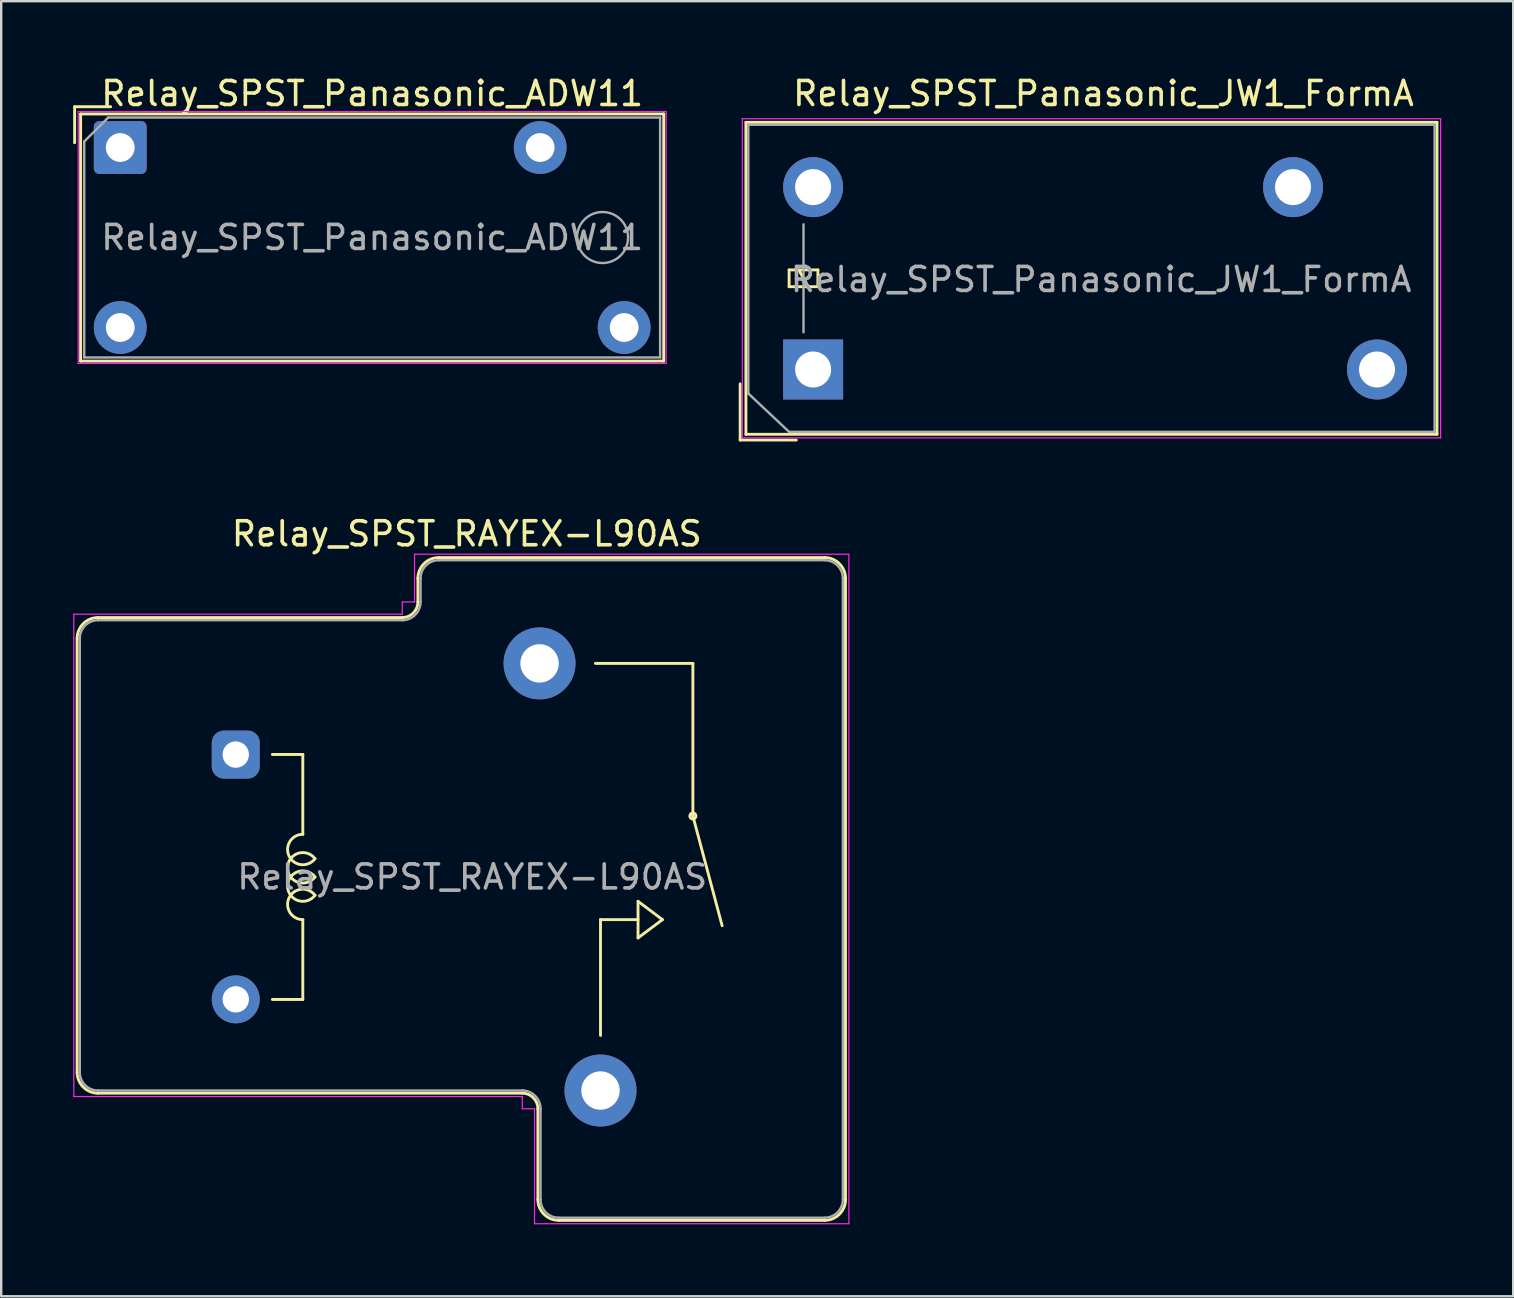
<source format=kicad_pcb>
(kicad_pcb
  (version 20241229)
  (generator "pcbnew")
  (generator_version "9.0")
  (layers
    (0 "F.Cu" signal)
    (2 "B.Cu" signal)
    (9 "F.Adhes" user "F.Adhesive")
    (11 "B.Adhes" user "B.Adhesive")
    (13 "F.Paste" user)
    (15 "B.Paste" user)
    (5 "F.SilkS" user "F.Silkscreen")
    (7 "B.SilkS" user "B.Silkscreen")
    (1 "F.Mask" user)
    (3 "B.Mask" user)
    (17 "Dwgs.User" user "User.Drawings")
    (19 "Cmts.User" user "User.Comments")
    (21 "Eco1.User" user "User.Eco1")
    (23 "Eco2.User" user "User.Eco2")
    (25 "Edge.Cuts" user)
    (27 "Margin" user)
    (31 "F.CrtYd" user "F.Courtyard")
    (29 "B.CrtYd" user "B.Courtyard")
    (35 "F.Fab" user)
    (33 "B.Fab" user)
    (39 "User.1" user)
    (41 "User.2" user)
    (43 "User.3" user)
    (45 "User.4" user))
  (footprint "Relay_SPST_RAYEX-L90AS"
    (layer "F.Cu")
    (at 4.235 33.496)
    (property "Reference" "Relay_SPST_RAYEX-L90AS" (at 12.167 -14.3 0) (layer "F.SilkS") (effects (font (size 1 1) (thickness 0.15))))
    (attr through_hole)
    (fp_line (start -4.07 -9.94) (end -4.07 8.14) (stroke (width 0.12) (type solid)) (layer "F.SilkS"))
    (fp_line (start -3.2 -10.81) (end 9.48 -10.81) (stroke (width 0.12) (type solid)) (layer "F.SilkS"))
    (fp_line (start -3.2 9.01) (end 14.48 9.01) (stroke (width 0.12) (type solid)) (layer "F.SilkS"))
    (fp_line (start 4.064 -5.105) (end 5.334 -5.105) (stroke (width 0.12) (type solid)) (layer "F.SilkS"))
    (fp_line (start 5.334 -1.778) (end 5.334 -5.105) (stroke (width 0.12) (type solid)) (layer "F.SilkS"))
    (fp_line (start 5.334 5.105) (end 4.064 5.105) (stroke (width 0.12) (type solid)) (layer "F.SilkS"))
    (fp_line (start 5.334 5.105) (end 5.334 1.778) (stroke (width 0.12) (type solid)) (layer "F.SilkS"))
    (fp_line (start 10.13 -12.44) (end 10.13 -11.46) (stroke (width 0.12) (type solid)) (layer "F.SilkS"))
    (fp_line (start 11 -13.31) (end 27.08 -13.31) (stroke (width 0.12) (type solid)) (layer "F.SilkS"))
    (fp_line (start 15.13 9.66) (end 15.13 13.44) (stroke (width 0.12) (type solid)) (layer "F.SilkS"))
    (fp_line (start 16 14.31) (end 27.08 14.31) (stroke (width 0.12) (type solid)) (layer "F.SilkS"))
    (fp_line (start 17.74 1.778) (end 19.304 1.778) (stroke (width 0.12) (type solid)) (layer "F.SilkS"))
    (fp_line (start 17.74 6.604) (end 17.74 1.778) (stroke (width 0.12) (type solid)) (layer "F.SilkS"))
    (fp_line (start 19.304 1.016) (end 19.304 2.54) (stroke (width 0.12) (type solid)) (layer "F.SilkS"))
    (fp_line (start 19.304 2.54) (end 20.32 1.778) (stroke (width 0.12) (type solid)) (layer "F.SilkS"))
    (fp_line (start 20.32 1.778) (end 19.304 1.016) (stroke (width 0.12) (type solid)) (layer "F.SilkS"))
    (fp_line (start 21.59 -8.9) (end 17.526 -8.9) (stroke (width 0.12) (type solid)) (layer "F.SilkS"))
    (fp_line (start 21.59 -2.54) (end 21.59 -8.9) (stroke (width 0.12) (type solid)) (layer "F.SilkS"))
    (fp_line (start 21.59 -2.54) (end 22.809 2.032) (stroke (width 0.12) (type solid)) (layer "F.SilkS"))
    (fp_line (start 27.95 -12.44) (end 27.95 13.44) (stroke (width 0.12) (type solid)) (layer "F.SilkS"))
    (fp_arc (start -4.07 -9.94) (mid -3.815183 -10.555183) (end -3.2 -10.81) (stroke (width 0.12) (type solid)) (layer "F.SilkS"))
    (fp_arc (start -3.2 9.01) (mid -3.815183 8.755183) (end -4.07 8.14) (stroke (width 0.12) (type solid)) (layer "F.SilkS"))
    (fp_arc (start 5.334002 1.777997) (mid 4.765966 0.859166) (end 5.841802 0.76173) (stroke (width 0.12) (type solid)) (layer "F.SilkS"))
    (fp_arc (start 5.8418 -0.761733) (mid 4.765964 -0.859168) (end 5.334 -1.778) (stroke (width 0.12) (type solid)) (layer "F.SilkS"))
    (fp_arc (start 5.842265 -0.000355) (mid 4.699002 -0.38078) (end 5.842 -0.762001) (stroke (width 0.12) (type solid)) (layer "F.SilkS"))
    (fp_arc (start 5.842266 0.761644) (mid 4.699003 0.381219) (end 5.842001 -0.000002) (stroke (width 0.12) (type solid)) (layer "F.SilkS"))
    (fp_arc (start 10.13 -12.44) (mid 10.384817 -13.055183) (end 11 -13.31) (stroke (width 0.12) (type solid)) (layer "F.SilkS"))
    (fp_arc (start 10.13 -11.46) (mid 9.939619 -11.000381) (end 9.48 -10.81) (stroke (width 0.12) (type solid)) (layer "F.SilkS"))
    (fp_arc (start 14.48 9.01) (mid 14.939619 9.200381) (end 15.13 9.66) (stroke (width 0.12) (type solid)) (layer "F.SilkS"))
    (fp_arc (start 16 14.31) (mid 15.384817 14.055183) (end 15.13 13.44) (stroke (width 0.12) (type solid)) (layer "F.SilkS"))
    (fp_arc (start 27.08 -13.31) (mid 27.695183 -13.055183) (end 27.95 -12.44) (stroke (width 0.12) (type solid)) (layer "F.SilkS"))
    (fp_arc (start 27.95 13.44) (mid 27.695183 14.055183) (end 27.08 14.31) (stroke (width 0.12) (type solid)) (layer "F.SilkS"))
    (fp_circle (center 21.59 -2.54) (end 21.59 -2.413) (stroke (width 0.12) (type solid)) (fill no) (layer "F.SilkS"))
    (fp_line (start -4.21 -10.95) (end -4.21 9.15) (stroke (width 0.05) (type solid)) (layer "F.CrtYd"))
    (fp_line (start -4.21 -10.95) (end 9.48 -10.95) (stroke (width 0.05) (type solid)) (layer "F.CrtYd"))
    (fp_line (start -4.21 9.15) (end 14.48 9.15) (stroke (width 0.05) (type solid)) (layer "F.CrtYd"))
    (fp_line (start 9.48 -11.46) (end 9.48 -10.95) (stroke (width 0.05) (type solid)) (layer "F.CrtYd"))
    (fp_line (start 9.48 -11.46) (end 9.99 -11.46) (stroke (width 0.05) (type solid)) (layer "F.CrtYd"))
    (fp_line (start 9.99 -13.45) (end 9.99 -11.46) (stroke (width 0.05) (type solid)) (layer "F.CrtYd"))
    (fp_line (start 9.99 -13.45) (end 28.09 -13.45) (stroke (width 0.05) (type solid)) (layer "F.CrtYd"))
    (fp_line (start 14.48 9.15) (end 14.48 9.66) (stroke (width 0.05) (type solid)) (layer "F.CrtYd"))
    (fp_line (start 14.48 9.66) (end 14.99 9.66) (stroke (width 0.05) (type solid)) (layer "F.CrtYd"))
    (fp_line (start 14.99 9.66) (end 14.99 14.45) (stroke (width 0.05) (type solid)) (layer "F.CrtYd"))
    (fp_line (start 14.99 14.45) (end 28.09 14.45) (stroke (width 0.05) (type solid)) (layer "F.CrtYd"))
    (fp_line (start 28.09 -13.45) (end 28.09 14.45) (stroke (width 0.05) (type solid)) (layer "F.CrtYd"))
    (fp_line (start -3.96 -9.94) (end -3.96 8.14) (stroke (width 0.1) (type solid)) (layer "F.Fab"))
    (fp_line (start -3.2 -10.7) (end 9.48 -10.7) (stroke (width 0.1) (type solid)) (layer "F.Fab"))
    (fp_line (start -3.2 8.9) (end 14.48 8.9) (stroke (width 0.1) (type solid)) (layer "F.Fab"))
    (fp_line (start 10.24 -12.44) (end 10.24 -11.46) (stroke (width 0.1) (type solid)) (layer "F.Fab"))
    (fp_line (start 11 -13.2) (end 27.08 -13.2) (stroke (width 0.1) (type solid)) (layer "F.Fab"))
    (fp_line (start 15.24 9.66) (end 15.24 13.44) (stroke (width 0.1) (type solid)) (layer "F.Fab"))
    (fp_line (start 16 14.2) (end 27.08 14.2) (stroke (width 0.1) (type solid)) (layer "F.Fab"))
    (fp_line (start 27.84 -12.44) (end 27.84 13.44) (stroke (width 0.1) (type solid)) (layer "F.Fab"))
    (fp_arc (start -3.96 -9.94) (mid -3.737401 -10.477401) (end -3.2 -10.7) (stroke (width 0.1) (type solid)) (layer "F.Fab"))
    (fp_arc (start -3.2 8.9) (mid -3.737401 8.677401) (end -3.96 8.14) (stroke (width 0.1) (type solid)) (layer "F.Fab"))
    (fp_arc (start 10.24 -12.44) (mid 10.462599 -12.977401) (end 11 -13.2) (stroke (width 0.1) (type solid)) (layer "F.Fab"))
    (fp_arc (start 10.24 -11.46) (mid 10.017401 -10.922599) (end 9.48 -10.7) (stroke (width 0.1) (type solid)) (layer "F.Fab"))
    (fp_arc (start 14.48 8.9) (mid 15.017401 9.122599) (end 15.24 9.66) (stroke (width 0.1) (type solid)) (layer "F.Fab"))
    (fp_arc (start 16 14.2) (mid 15.462599 13.977401) (end 15.24 13.44) (stroke (width 0.1) (type solid)) (layer "F.Fab"))
    (fp_arc (start 27.08 -13.2) (mid 27.617401 -12.977401) (end 27.84 -12.44) (stroke (width 0.1) (type solid)) (layer "F.Fab"))
    (fp_arc (start 27.84 13.44) (mid 27.617401 13.977401) (end 27.08 14.2) (stroke (width 0.1) (type solid)) (layer "F.Fab"))
    (fp_text user "${REFERENCE}" (at 12.395 0 0) (layer "F.Fab") (effects (font (size 1 1) (thickness 0.15))))
    (pad "13" thru_hole circle (at 15.2 -8.9 180) (size 3 3) (drill 1.6) (layers "*.Cu" "*.Mask"))
    (pad "14" thru_hole circle (at 17.74 8.9 180) (size 3 3) (drill 1.6) (layers "*.Cu" "*.Mask"))
    (pad "A1" thru_hole roundrect (at 2.54 -5.1 180) (size 2 2) (drill 1.1) (layers "*.Cu" "*.Mask") (roundrect_rratio 0.25))
    (pad "A2" thru_hole circle (at 2.54 5.1 180) (size 2 2) (drill 1.1) (layers "*.Cu" "*.Mask")))
  (footprint "Relay_SPST_Panasonic_JW1_FormA"
    (layer "F.Cu")
    (at 30.835 12.348)
    (property "Reference" "Relay_SPST_Panasonic_JW1_FormA" (at 12.1 -11.5 180) (layer "F.SilkS") (effects (font (size 1 1) (thickness 0.15))))
    (attr through_hole)
    (fp_line (start -3.04 2.94) (end -3.04 0.6) (stroke (width 0.12) (type solid)) (layer "F.SilkS"))
    (fp_line (start -2.8 -10.3) (end -2.8 2.7) (stroke (width 0.12) (type solid)) (layer "F.SilkS"))
    (fp_line (start -2.8 2.7) (end 26 2.7) (stroke (width 0.12) (type solid)) (layer "F.SilkS"))
    (fp_line (start -1 -4.15) (end -1 -3.45) (stroke (width 0.12) (type solid)) (layer "F.SilkS"))
    (fp_line (start -1 -3.45) (end 0.2 -3.45) (stroke (width 0.12) (type solid)) (layer "F.SilkS"))
    (fp_line (start -0.7 2.94) (end -3.04 2.94) (stroke (width 0.12) (type solid)) (layer "F.SilkS"))
    (fp_line (start -0.2 -3.45) (end -0.6 -4.15) (stroke (width 0.12) (type solid)) (layer "F.SilkS"))
    (fp_line (start 0.2 -4.15) (end -1 -4.15) (stroke (width 0.12) (type solid)) (layer "F.SilkS"))
    (fp_line (start 0.2 -3.45) (end 0.2 -4.15) (stroke (width 0.12) (type solid)) (layer "F.SilkS"))
    (fp_line (start 26 -10.3) (end -2.8 -10.3) (stroke (width 0.12) (type solid)) (layer "F.SilkS"))
    (fp_line (start 26 2.7) (end 26 -10.3) (stroke (width 0.12) (type solid)) (layer "F.SilkS"))
    (fp_line (start -2.95 -10.45) (end -2.95 2.85) (stroke (width 0.05) (type solid)) (layer "F.CrtYd"))
    (fp_line (start -2.95 2.85) (end 26.15 2.85) (stroke (width 0.05) (type solid)) (layer "F.CrtYd"))
    (fp_line (start 26.15 -10.45) (end -2.95 -10.45) (stroke (width 0.05) (type solid)) (layer "F.CrtYd"))
    (fp_line (start 26.15 2.85) (end 26.15 -10.45) (stroke (width 0.05) (type solid)) (layer "F.CrtYd"))
    (fp_line (start -2.7 -10.2) (end -2.7 1) (stroke (width 0.1) (type solid)) (layer "F.Fab"))
    (fp_line (start -1 2.6) (end -2.7 1) (stroke (width 0.1) (type solid)) (layer "F.Fab"))
    (fp_line (start -1 2.6) (end 25.9 2.6) (stroke (width 0.1) (type solid)) (layer "F.Fab"))
    (fp_line (start -0.4 -1.55) (end -0.4 -6.05) (stroke (width 0.1) (type solid)) (layer "F.Fab"))
    (fp_line (start 25.9 -10.2) (end -2.7 -10.2) (stroke (width 0.1) (type solid)) (layer "F.Fab"))
    (fp_line (start 25.9 2.6) (end 25.9 -10.2) (stroke (width 0.1) (type solid)) (layer "F.Fab"))
    (fp_text user "${REFERENCE}" (at 12 -3.75 180) (layer "F.Fab") (effects (font (size 1 1) (thickness 0.15))))
    (pad "1" thru_hole rect (at 0 0 90) (size 2.5 2.5) (drill 1.5) (layers "*.Cu" "*.Mask"))
    (pad "4" thru_hole oval (at 23.5 0 90) (size 2.5 2.5) (drill 1.5) (layers "*.Cu" "*.Mask"))
    (pad "6" thru_hole oval (at 20 -7.6 90) (size 2.5 2.5) (drill 1.5) (layers "*.Cu" "*.Mask"))
    (pad "8" thru_hole oval (at 0 -7.6 90) (size 2.5 2.5) (drill 1.5) (layers "*.Cu" "*.Mask")))
  (footprint "Relay_SPST_Panasonic_ADW11"
    (layer "F.Cu")
    (at 1.96 3.098)
    (property "Reference" "Relay_SPST_Panasonic_ADW11" (at 10.5 -2.25 0) (layer "F.SilkS") (effects (font (size 1 1) (thickness 0.15))))
    (attr through_hole)
    (fp_line (start -1.9 -1.7) (end -0.4 -1.7) (stroke (width 0.12) (type solid)) (layer "F.SilkS"))
    (fp_line (start -1.9 -0.2) (end -1.9 -1.7) (stroke (width 0.12) (type solid)) (layer "F.SilkS"))
    (fp_line (start -1.65 -1.4) (end -1.65 8.9) (stroke (width 0.12) (type solid)) (layer "F.SilkS"))
    (fp_line (start -1.65 -1.4) (end 22.65 -1.4) (stroke (width 0.12) (type solid)) (layer "F.SilkS"))
    (fp_line (start -1.65 8.9) (end 22.65 8.9) (stroke (width 0.12) (type solid)) (layer "F.SilkS"))
    (fp_line (start 22.65 -1.4) (end 22.65 8.9) (stroke (width 0.12) (type solid)) (layer "F.SilkS"))
    (fp_line (start -1.75 -1.5) (end -1.75 9) (stroke (width 0.05) (type solid)) (layer "F.CrtYd"))
    (fp_line (start -1.75 9) (end 22.75 9) (stroke (width 0.05) (type solid)) (layer "F.CrtYd"))
    (fp_line (start 22.75 -1.5) (end -1.75 -1.5) (stroke (width 0.05) (type solid)) (layer "F.CrtYd"))
    (fp_line (start 22.75 -1.5) (end 22.75 9) (stroke (width 0.05) (type solid)) (layer "F.CrtYd"))
    (fp_line (start -1.5 8.75) (end -1.5 -0.25) (stroke (width 0.1) (type solid)) (layer "F.Fab"))
    (fp_line (start -0.5 -1.25) (end -1.5 -0.25) (stroke (width 0.1) (type solid)) (layer "F.Fab"))
    (fp_line (start -0.5 -1.25) (end 22.5 -1.25) (stroke (width 0.1) (type solid)) (layer "F.Fab"))
    (fp_line (start 22.5 -1.25) (end 22.5 8.75) (stroke (width 0.1) (type solid)) (layer "F.Fab"))
    (fp_line (start 22.5 8.75) (end -1.5 8.75) (stroke (width 0.1) (type solid)) (layer "F.Fab"))
    (fp_circle (center 20.1 3.75) (end 20.8 2.95) (stroke (width 0.1) (type default)) (fill no) (layer "F.Fab"))
    (fp_text user "${REFERENCE}" (at 10.5 3.75 0) (layer "F.Fab") (effects (font (size 1 1) (thickness 0.15))))
    (pad "13" thru_hole oval (at 17.5 0) (size 2.2 2.2) (drill 1.2) (layers "*.Cu" "*.Mask"))
    (pad "14" thru_hole oval (at 21 7.5) (size 2.2 2.2) (drill 1.2) (layers "*.Cu" "*.Mask"))
    (pad "A1" thru_hole roundrect (at 0 0) (size 2.2 2.2) (drill 1.2) (layers "*.Cu" "*.Mask") (roundrect_rratio 0.1))
    (pad "A2" thru_hole circle (at 0 7.5) (size 2.2 2.2) (drill 1.2) (layers "*.Cu" "*.Mask")))
  (gr_rect
    (start -3 -3)
    (end 60.01 50.971)
    (stroke (width 0.1) (type default))
    (fill no)
    (layer "Edge.Cuts")))
</source>
